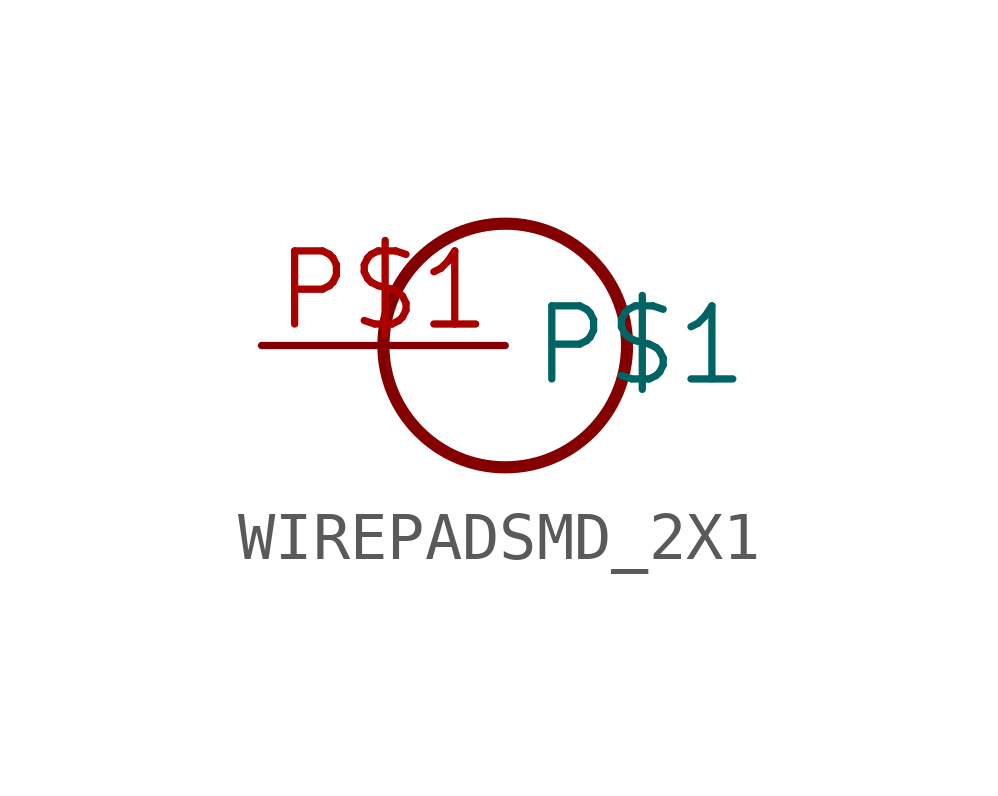
<source format=kicad_sym>
(kicad_symbol_lib
  (version 20241209)
  (generator "kicad_symbol_editor")
  (generator_version "9.0")
  (symbol "WIREPADSMD_2X1"
    (property "Reference" ""
      (at 0 0 0)
      (effects (font (size 1.27 1.27)) (hide yes)))
    (property "ki_locked" ""
      (at 0 0 0)
      (effects (font (size 1.27 1.27))))
    (symbol "WIREPADSMD_2X1_1_0"
      (circle (center 5.08 0) (radius 2.54) (stroke (width 0.254) (type solid)) (fill (type none)))
      (pin bidirectional line (at 0 0 0) (length 5.08) (name "P$1" (effects (font (size 1.524 1.524)))) (number "P$1" (effects (font (size 1.524 1.524))))))))
</source>
